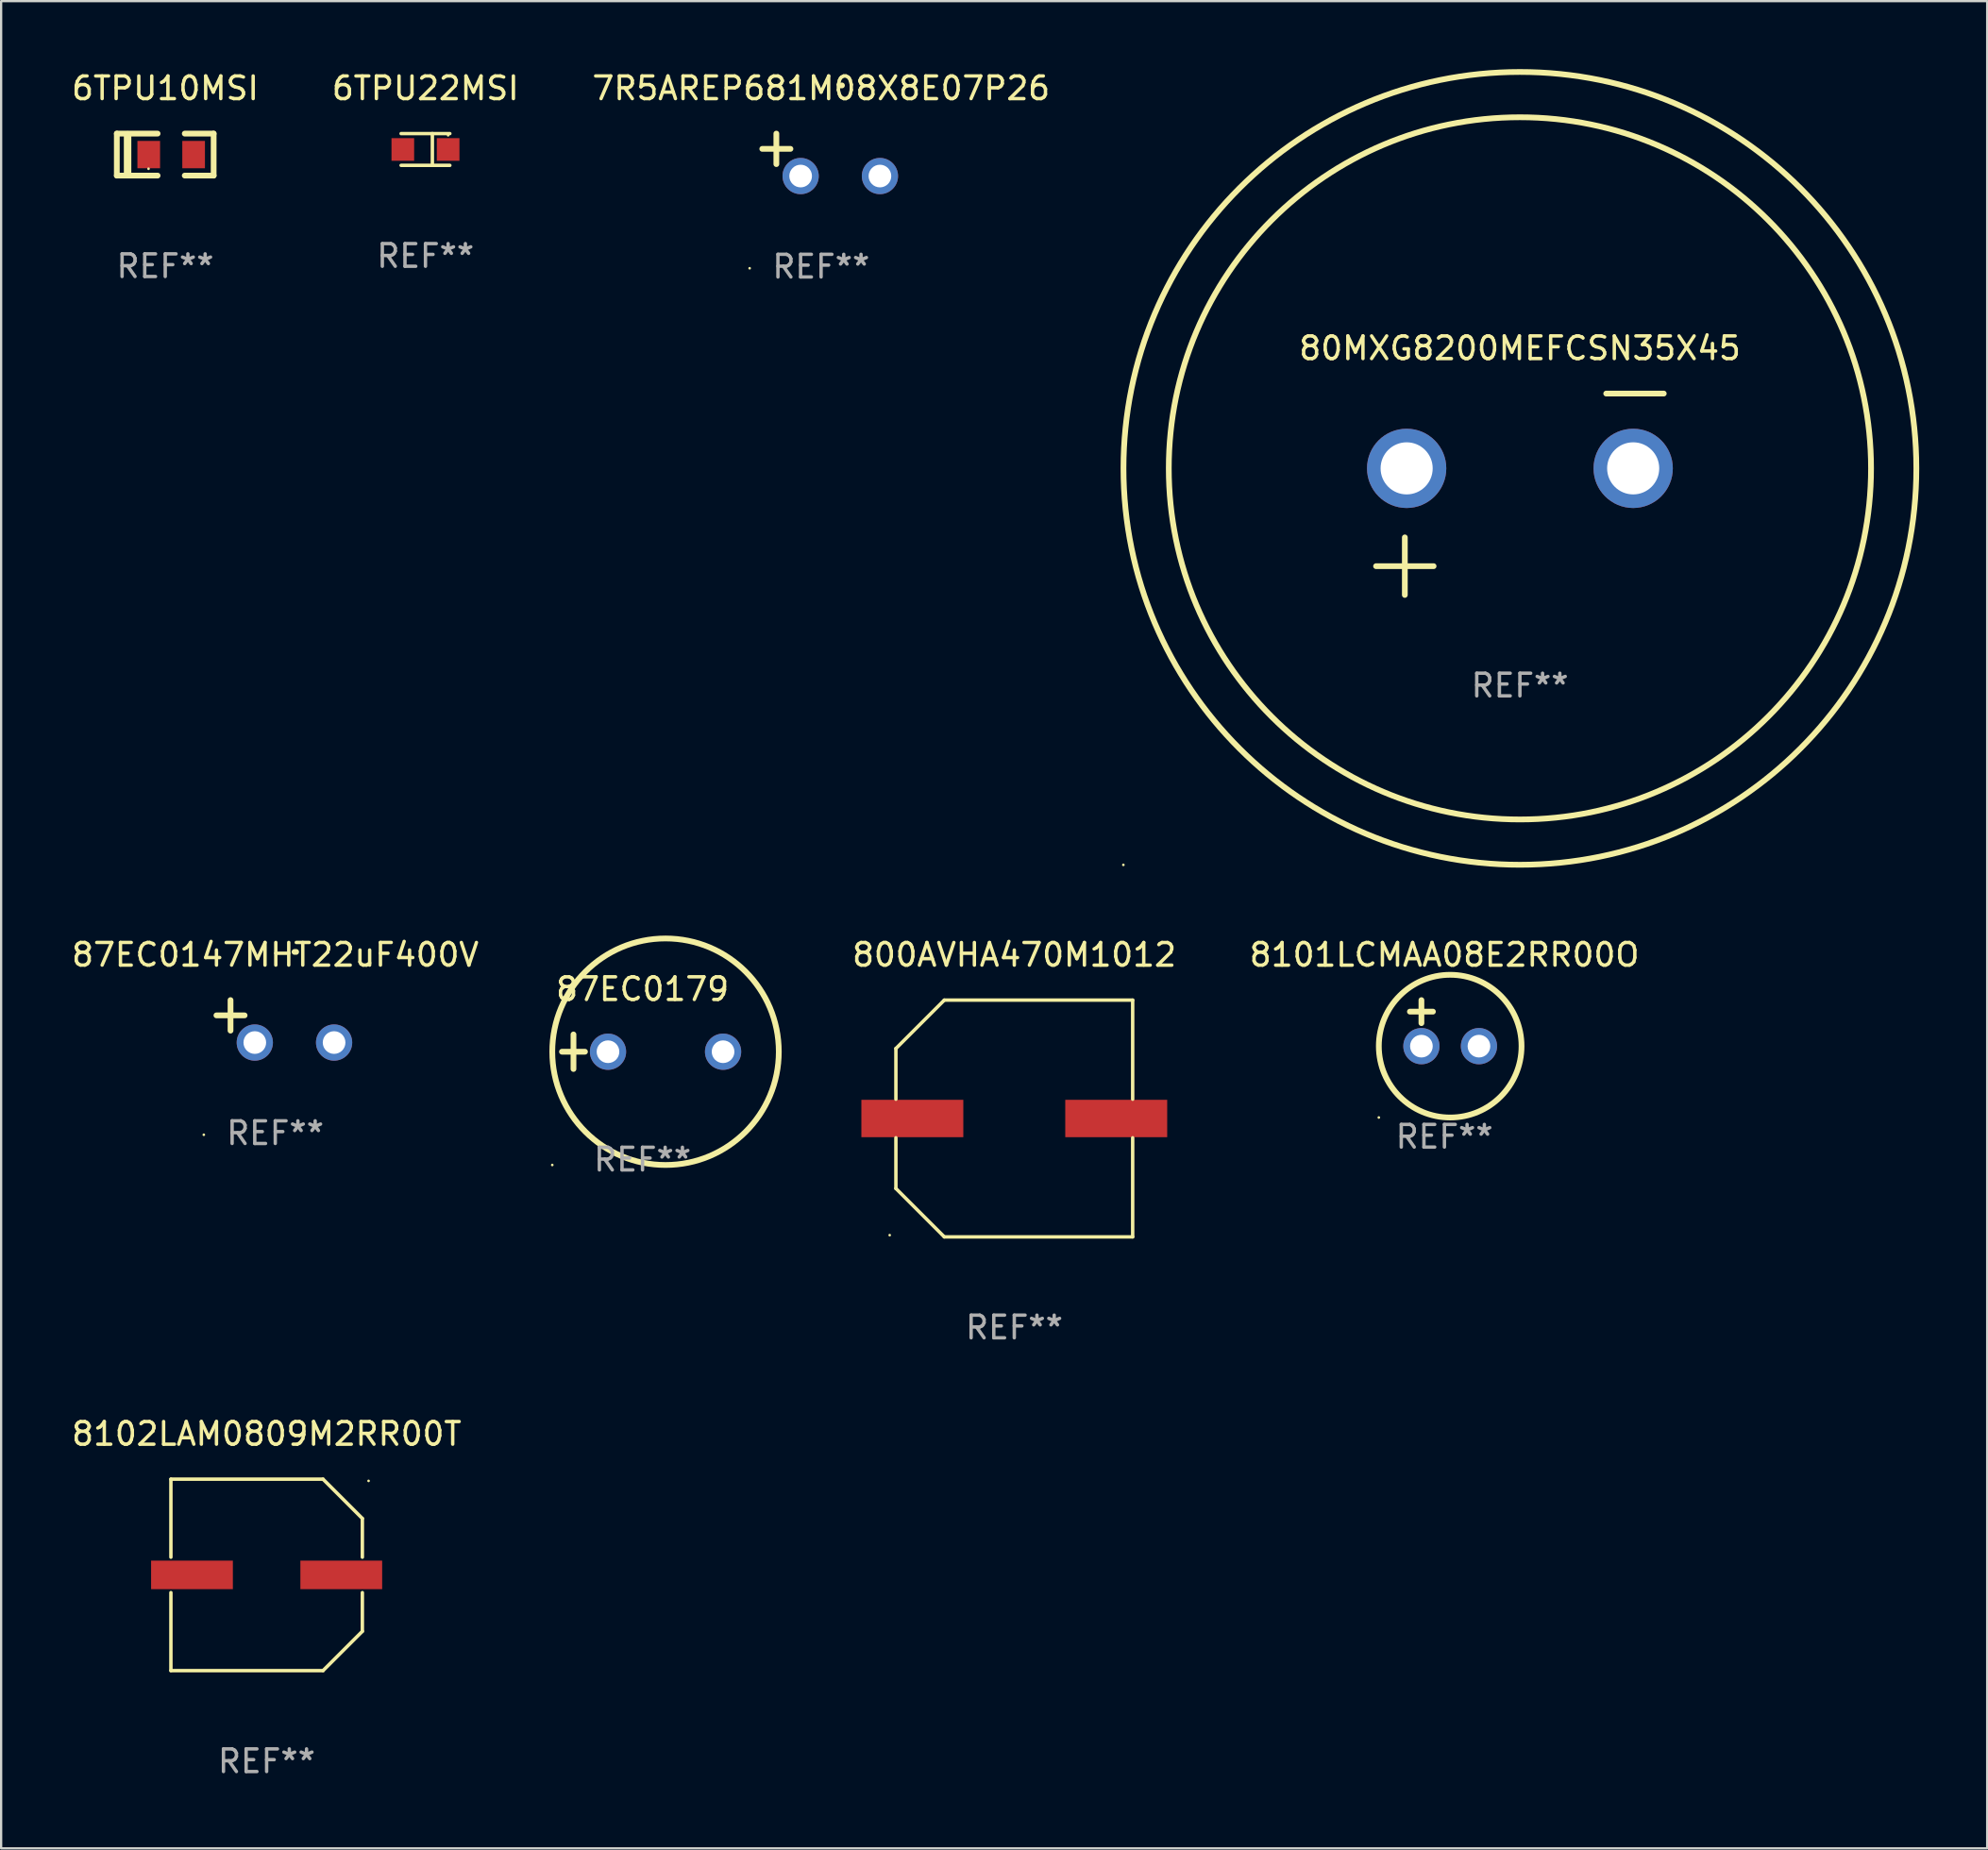
<source format=kicad_pcb>
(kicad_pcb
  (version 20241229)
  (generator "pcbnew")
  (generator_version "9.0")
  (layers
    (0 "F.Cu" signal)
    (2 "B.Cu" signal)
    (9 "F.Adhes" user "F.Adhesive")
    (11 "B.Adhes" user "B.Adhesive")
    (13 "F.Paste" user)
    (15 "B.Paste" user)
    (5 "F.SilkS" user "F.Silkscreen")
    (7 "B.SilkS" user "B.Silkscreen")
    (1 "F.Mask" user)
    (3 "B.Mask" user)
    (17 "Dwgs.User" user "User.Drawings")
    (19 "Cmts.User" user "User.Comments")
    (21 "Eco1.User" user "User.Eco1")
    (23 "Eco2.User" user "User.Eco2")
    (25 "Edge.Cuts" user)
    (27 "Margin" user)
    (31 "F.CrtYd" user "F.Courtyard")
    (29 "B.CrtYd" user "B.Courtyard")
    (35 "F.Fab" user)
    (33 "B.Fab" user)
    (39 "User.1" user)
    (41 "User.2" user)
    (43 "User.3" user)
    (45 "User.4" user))
  (footprint "8102LAM0809M2RR00T"
    (layer "F.Cu")
    (at 8.72 66.478)
    (property "Reference" "8102LAM0809M2RR00T" (at 0 -6.226 0) (layer "F.SilkS") (effects (font (size 1 1) (thickness 0.15))))
    (attr through_hole)
    (fp_line (start -4.226 -4.226) (end 2.49 -4.226) (stroke (width 0.152) (type solid)) (layer "F.SilkS"))
    (fp_line (start -4.226 -0.782) (end -4.226 -4.226) (stroke (width 0.152) (type solid)) (layer "F.SilkS"))
    (fp_line (start -4.226 0.782) (end -4.226 4.226) (stroke (width 0.152) (type solid)) (layer "F.SilkS"))
    (fp_line (start -4.226 4.226) (end 2.49 4.226) (stroke (width 0.152) (type solid)) (layer "F.SilkS"))
    (fp_line (start 2.49 -4.226) (end 4.226 -2.49) (stroke (width 0.152) (type solid)) (layer "F.SilkS"))
    (fp_line (start 2.49 4.226) (end 4.226 2.49) (stroke (width 0.152) (type solid)) (layer "F.SilkS"))
    (fp_line (start 4.226 -2.49) (end 4.226 -0.782) (stroke (width 0.152) (type solid)) (layer "F.SilkS"))
    (fp_line (start 4.226 2.49) (end 4.226 0.782) (stroke (width 0.152) (type solid)) (layer "F.SilkS"))
    (fp_circle (center 4.5 -4.15) (end 4.53 -4.15) (stroke (width 0.06) (type solid)) (fill no) (layer "F.SilkS"))
    (fp_text user "REF**" (at 0 8.226 0) (layer "F.Fab") (effects (font (size 1 1) (thickness 0.15))))
    (pad "1" smd rect (at 3.295 0 180) (size 3.61 1.26) (layers "F.Cu" "F.Mask" "F.Paste"))
    (pad "2" smd rect (at -3.295 0 180) (size 3.61 1.26) (layers "F.Cu" "F.Mask" "F.Paste")))
  (footprint "7R5AREP681M08X8E07P26"
    (layer "F.Cu")
    (at 33.196 3.785)
    (property "Reference" "7R5AREP681M08X8E07P26" (at 0 -2.937 0) (layer "F.SilkS") (effects (font (size 1 1) (thickness 0.15))))
    (attr through_hole)
    (fp_line (start -1.975 0.41) (end -1.975 -0.937) (stroke (width 0.254) (type solid)) (layer "F.SilkS"))
    (fp_line (start -1.353 -0.263) (end -2.597 -0.263) (stroke (width 0.254) (type solid)) (layer "F.SilkS"))
    (fp_arc (start 0.849809 -3.063957) (mid 0.885369 -3.064114) (end 0.920929 -3.063957) (stroke (width 0.254001) (type solid)) (layer "F.SilkS"))
    (fp_circle (center -3.154 5.008) (end -3.124 5.008) (stroke (width 0.06) (type solid)) (fill no) (layer "F.SilkS"))
    (fp_text user "REF**" (at 0 4.937 0) (layer "F.Fab") (effects (font (size 1 1) (thickness 0.15))))
    (pad "1" thru_hole circle (at -0.903 0.937) (size 1.6 1.6) (drill 1) (layers "*.Cu" "*.Mask"))
    (pad "2" thru_hole circle (at 2.597 0.937) (size 1.6 1.6) (drill 1) (layers "*.Cu" "*.Mask")))
  (footprint "6TPU22MSI"
    (layer "F.Cu")
    (at 15.732 3.549)
    (property "Reference" "6TPU22MSI" (at 0 -2.701 0) (layer "F.SilkS") (effects (font (size 1 1) (thickness 0.15))))
    (attr through_hole)
    (fp_line (start -1.076 -0.701) (end 1.076 -0.701) (stroke (width 0.152) (type solid)) (layer "F.SilkS"))
    (fp_line (start -1.076 0.701) (end 1.076 0.701) (stroke (width 0.152) (type solid)) (layer "F.SilkS"))
    (fp_line (start 0.304 -0.701) (end 0.304 0.701) (stroke (width 0.152) (type solid)) (layer "F.SilkS"))
    (fp_circle (center 1 -0.625) (end 1.03 -0.625) (stroke (width 0.06) (type solid)) (fill no) (layer "F.SilkS"))
    (fp_text user "REF**" (at 0 4.701 0) (layer "F.Fab") (effects (font (size 1 1) (thickness 0.15))))
    (pad "1" smd rect (at 1 0) (size 1 1) (layers "F.Cu" "F.Mask" "F.Paste"))
    (pad "2" smd rect (at -1 0) (size 1 1) (layers "F.Cu" "F.Mask" "F.Paste")))
  (footprint "87EC0179"
    (layer "F.Cu")
    (at 25.313 43.381)
    (property "Reference" "87EC0179" (at 0 -2.762 0) (layer "F.SilkS") (effects (font (size 1 1) (thickness 0.15))))
    (attr through_hole)
    (fp_line (start -3.556 0) (end -2.54 0) (stroke (width 0.254) (type solid)) (layer "F.SilkS"))
    (fp_line (start -3.048 -0.762) (end -3.048 0.762) (stroke (width 0.254) (type solid)) (layer "F.SilkS"))
    (fp_circle (center -3.984 5) (end -3.954 5) (stroke (width 0.06) (type solid)) (fill no) (layer "F.SilkS"))
    (fp_circle (center 1.016 0) (end 6.016 0) (stroke (width 0.254) (type solid)) (fill no) (layer "F.SilkS"))
    (fp_text user "REF**" (at 0 4.762 0) (layer "F.Fab") (effects (font (size 1 1) (thickness 0.15))))
    (pad "1" thru_hole circle (at -1.524 0) (size 1.6 1.6) (drill 1) (layers "*.Cu" "*.Mask"))
    (pad "2" thru_hole circle (at 3.556 0) (size 1.6 1.6) (drill 1) (layers "*.Cu" "*.Mask")))
  (footprint "800AVHA470M1012"
    (layer "F.Cu")
    (at 41.724 46.329)
    (property "Reference" "800AVHA470M1012" (at 0 -7.226 0) (layer "F.SilkS") (effects (font (size 1 1) (thickness 0.15))))
    (attr through_hole)
    (fp_line (start -5.226 -3.09) (end -5.226 -0.852) (stroke (width 0.152) (type solid)) (layer "F.SilkS"))
    (fp_line (start -5.226 3.09) (end -5.226 0.852) (stroke (width 0.152) (type solid)) (layer "F.SilkS"))
    (fp_line (start -3.09 -5.226) (end -5.226 -3.09) (stroke (width 0.152) (type solid)) (layer "F.SilkS"))
    (fp_line (start -3.09 5.226) (end -5.226 3.09) (stroke (width 0.152) (type solid)) (layer "F.SilkS"))
    (fp_line (start 5.226 -5.226) (end -3.09 -5.226) (stroke (width 0.152) (type solid)) (layer "F.SilkS"))
    (fp_line (start 5.226 -0.852) (end 5.226 -5.226) (stroke (width 0.152) (type solid)) (layer "F.SilkS"))
    (fp_line (start 5.226 0.852) (end 5.226 5.226) (stroke (width 0.152) (type solid)) (layer "F.SilkS"))
    (fp_line (start 5.226 5.226) (end -3.09 5.226) (stroke (width 0.152) (type solid)) (layer "F.SilkS"))
    (fp_circle (center -5.5 5.15) (end -5.47 5.15) (stroke (width 0.06) (type solid)) (fill no) (layer "F.SilkS"))
    (fp_text user "REF**" (at 0 9.226 0) (layer "F.Fab") (effects (font (size 1 1) (thickness 0.15))))
    (pad "1" smd rect (at -4.5 -0.000025) (size 4.5 1.65) (layers "F.Cu" "F.Mask" "F.Paste"))
    (pad "2" smd rect (at 4.5 -0.000025) (size 4.5 1.65) (layers "F.Cu" "F.Mask" "F.Paste")))
  (footprint "87EC0147MHT22uF400V"
    (layer "F.Cu")
    (at 9.101 42.039)
    (property "Reference" "87EC0147MHT22uF400V" (at 0 -2.937 0) (layer "F.SilkS") (effects (font (size 1 1) (thickness 0.15))))
    (attr through_hole)
    (fp_line (start -1.975 0.41) (end -1.975 -0.937) (stroke (width 0.254) (type solid)) (layer "F.SilkS"))
    (fp_line (start -1.353 -0.263) (end -2.597 -0.263) (stroke (width 0.254) (type solid)) (layer "F.SilkS"))
    (fp_arc (start 0.849809 -3.063957) (mid 0.885369 -3.064114) (end 0.920929 -3.063957) (stroke (width 0.254001) (type solid)) (layer "F.SilkS"))
    (fp_circle (center -3.154 5.008) (end -3.124 5.008) (stroke (width 0.06) (type solid)) (fill no) (layer "F.SilkS"))
    (fp_text user "REF**" (at 0 4.937 0) (layer "F.Fab") (effects (font (size 1 1) (thickness 0.15))))
    (pad "1" thru_hole circle (at -0.903 0.937) (size 1.6 1.6) (drill 1) (layers "*.Cu" "*.Mask"))
    (pad "2" thru_hole circle (at 2.597 0.937) (size 1.6 1.6) (drill 1) (layers "*.Cu" "*.Mask")))
  (footprint "6TPU10MSI"
    (layer "F.Cu")
    (at 4.244 3.775)
    (property "Reference" "6TPU10MSI" (at 0 -2.927 0) (layer "F.SilkS") (effects (font (size 1 1) (thickness 0.15))))
    (attr through_hole)
    (fp_line (start -2.137 0.927) (end -2.137 -0.927) (stroke (width 0.254) (type solid)) (layer "F.SilkS"))
    (fp_line (start -1.662 0.874) (end -1.662 -0.874) (stroke (width 0.33) (type solid)) (layer "F.SilkS"))
    (fp_line (start -0.337 -0.927) (end -2.137 -0.927) (stroke (width 0.254) (type solid)) (layer "F.SilkS"))
    (fp_line (start -0.337 0.927) (end -2.137 0.927) (stroke (width 0.254) (type solid)) (layer "F.SilkS"))
    (fp_line (start 0.862 0.927) (end 2.137 0.927) (stroke (width 0.254) (type solid)) (layer "F.SilkS"))
    (fp_line (start 2.137 -0.927) (end 0.862 -0.927) (stroke (width 0.254) (type solid)) (layer "F.SilkS"))
    (fp_line (start 2.137 0.927) (end 2.137 -0.927) (stroke (width 0.254) (type solid)) (layer "F.SilkS"))
    (fp_circle (center -0.737 0.625) (end -0.707 0.625) (stroke (width 0.06) (type solid)) (fill no) (layer "F.SilkS"))
    (fp_text user "REF**" (at 0 4.927 0) (layer "F.Fab") (effects (font (size 1 1) (thickness 0.15))))
    (pad "1" smd rect (at -0.728 0) (size 1 1.207) (layers "F.Cu" "F.Mask" "F.Paste"))
    (pad "2" smd rect (at 1.253 0) (size 1 1.207) (layers "F.Cu" "F.Mask" "F.Paste")))
  (footprint "8101LCMAA08E2RR00O"
    (layer "F.Cu")
    (at 60.712 42.119)
    (property "Reference" "8101LCMAA08E2RR00O" (at 0 -3.016 0) (layer "F.SilkS") (effects (font (size 1 1) (thickness 0.15))))
    (attr through_hole)
    (fp_line (start -1.524 -0.508) (end -0.508 -0.508) (stroke (width 0.254) (type solid)) (layer "F.SilkS"))
    (fp_line (start -1.016 -1.016) (end -1.016 0) (stroke (width 0.254) (type solid)) (layer "F.SilkS"))
    (fp_circle (center -2.896 4.166) (end -2.866 4.166) (stroke (width 0.06) (type solid)) (fill no) (layer "F.SilkS"))
    (fp_circle (center 0.254 1.016) (end 3.404 1.016) (stroke (width 0.254) (type solid)) (fill no) (layer "F.SilkS"))
    (fp_text user "REF**" (at 0 5.016 0) (layer "F.Fab") (effects (font (size 1 1) (thickness 0.15))))
    (pad "1" thru_hole circle (at -1.016 1.016) (size 1.6 1.6) (drill 1) (layers "*.Cu" "*.Mask"))
    (pad "2" thru_hole circle (at 1.524 1.016) (size 1.6 1.6) (drill 1) (layers "*.Cu" "*.Mask")))
  (footprint "80MXG8200MEFCSN35X45"
    (layer "F.Cu")
    (at 64.044 18.77)
    (property "Reference" "80MXG8200MEFCSN35X45" (at 0 -6.445 0) (layer "F.SilkS") (effects (font (size 1 1) (thickness 0.15))))
    (attr through_hole)
    (fp_line (start -6.35 3.175) (end -3.81 3.175) (stroke (width 0.254) (type solid)) (layer "F.SilkS"))
    (fp_line (start -5.08 1.905) (end -5.08 4.445) (stroke (width 0.254) (type solid)) (layer "F.SilkS"))
    (fp_line (start 3.81 -4.445) (end 6.35 -4.445) (stroke (width 0.254) (type solid)) (layer "F.SilkS"))
    (fp_circle (center -17.505 16.362) (end -17.475 16.362) (stroke (width 0.06) (type solid)) (fill no) (layer "F.SilkS"))
    (fp_circle (center 0 -1.143) (end 15.5 -1.143) (stroke (width 0.254) (type solid)) (fill no) (layer "F.SilkS"))
    (fp_circle (center 0 -1.143) (end 17.5 -1.143) (stroke (width 0.254) (type solid)) (fill no) (layer "F.SilkS"))
    (fp_text user "REF**" (at 0 8.445 0) (layer "F.Fab") (effects (font (size 1 1) (thickness 0.15))))
    (pad "1" thru_hole circle (at -5 -1.143) (size 3.5 3.5) (drill 2.3) (layers "*.Cu" "*.Mask"))
    (pad "2" thru_hole circle (at 5 -1.143) (size 3.5 3.5) (drill 2.3) (layers "*.Cu" "*.Mask")))
  (gr_rect
    (start -3 -3)
    (end 84.671 78.552)
    (stroke (width 0.1) (type default))
    (fill no)
    (layer "Edge.Cuts")))
</source>
